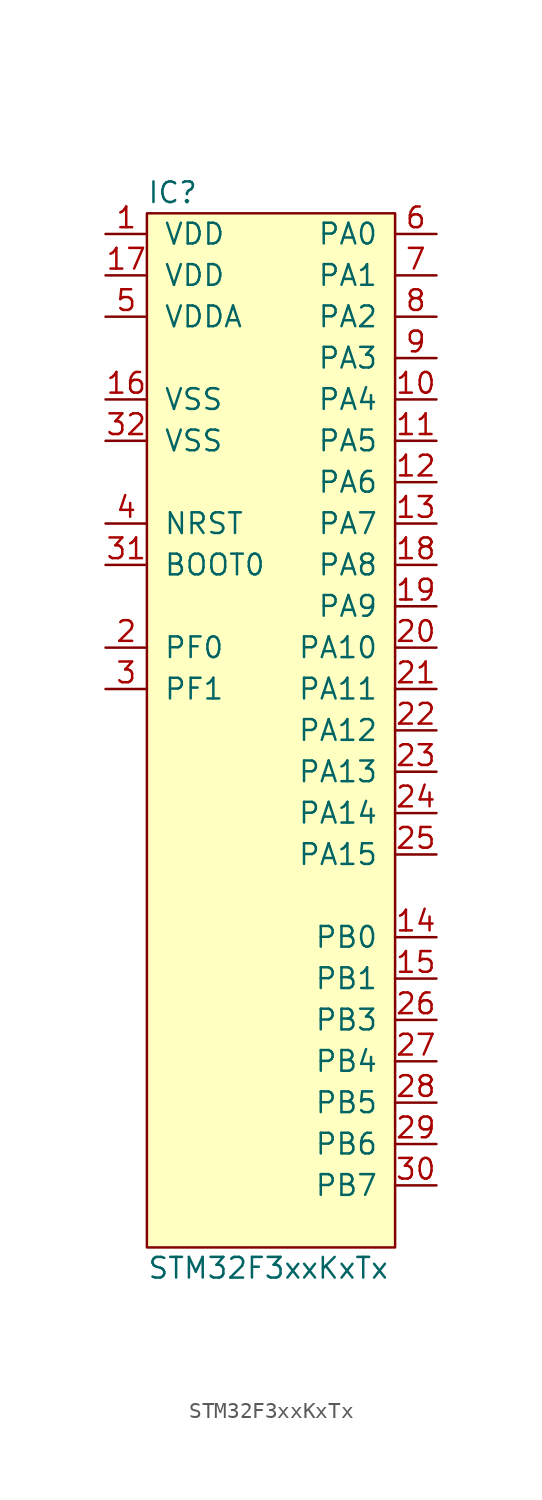
<source format=kicad_sym>
(kicad_symbol_lib
  (version 20211014)
  (generator agg_kicad.build_lib_ic)
  (symbol "STM32F3xxKxTx"
    (pin_names
      (offset 1.016))
    (property Reference IC
      (at -7.62 33.02 0)
      (effects (font (size 1.27 1.27)) (justify left)))
    (property Value "STM32F3xxKxTx"
      (at -7.62 -33.02 0)
      (effects (font (size 1.27 1.27)) (justify left)))
    (symbol "STM32F3xxKxTx_0_0"
      (rectangle (start -7.62 31.75) (end 7.62 -31.75) (stroke (width 0) (type default) (color 0 0 0 0)) (fill (type background)))
      (pin power_in line (at -10.16 30.48 0) (length 2.54) (name VDD (effects (font (size 1.27 1.27)))) (number "1" (effects (font (size 1.27 1.27)))))
      (pin power_in line (at -10.16 27.94 0) (length 2.54) (name VDD (effects (font (size 1.27 1.27)))) (number "17" (effects (font (size 1.27 1.27)))))
      (pin power_in line (at -10.16 25.4 0) (length 2.54) (name VDDA (effects (font (size 1.27 1.27)))) (number "5" (effects (font (size 1.27 1.27)))))
      (pin power_in line (at -10.16 20.32 0) (length 2.54) (name VSS (effects (font (size 1.27 1.27)))) (number "16" (effects (font (size 1.27 1.27)))))
      (pin power_in line (at -10.16 17.78 0) (length 2.54) (name VSS (effects (font (size 1.27 1.27)))) (number "32" (effects (font (size 1.27 1.27)))))
      (pin input line (at -10.16 12.7 0) (length 2.54) (name NRST (effects (font (size 1.27 1.27)))) (number "4" (effects (font (size 1.27 1.27)))))
      (pin input line (at -10.16 10.16 0) (length 2.54) (name "BOOT0" (effects (font (size 1.27 1.27)))) (number "31" (effects (font (size 1.27 1.27)))))
      (pin bidirectional line (at -10.16 5.08 0) (length 2.54) (name "PF0" (effects (font (size 1.27 1.27)))) (number "2" (effects (font (size 1.27 1.27)))))
      (pin bidirectional line (at -10.16 2.54 0) (length 2.54) (name "PF1" (effects (font (size 1.27 1.27)))) (number "3" (effects (font (size 1.27 1.27)))))
      (pin bidirectional line (at 10.16 30.48 180) (length 2.54) (name "PA0" (effects (font (size 1.27 1.27)))) (number "6" (effects (font (size 1.27 1.27)))))
      (pin bidirectional line (at 10.16 27.94 180) (length 2.54) (name "PA1" (effects (font (size 1.27 1.27)))) (number "7" (effects (font (size 1.27 1.27)))))
      (pin bidirectional line (at 10.16 25.4 180) (length 2.54) (name "PA2" (effects (font (size 1.27 1.27)))) (number "8" (effects (font (size 1.27 1.27)))))
      (pin bidirectional line (at 10.16 22.86 180) (length 2.54) (name "PA3" (effects (font (size 1.27 1.27)))) (number "9" (effects (font (size 1.27 1.27)))))
      (pin bidirectional line (at 10.16 20.32 180) (length 2.54) (name "PA4" (effects (font (size 1.27 1.27)))) (number "10" (effects (font (size 1.27 1.27)))))
      (pin bidirectional line (at 10.16 17.78 180) (length 2.54) (name "PA5" (effects (font (size 1.27 1.27)))) (number "11" (effects (font (size 1.27 1.27)))))
      (pin bidirectional line (at 10.16 15.24 180) (length 2.54) (name "PA6" (effects (font (size 1.27 1.27)))) (number "12" (effects (font (size 1.27 1.27)))))
      (pin bidirectional line (at 10.16 12.7 180) (length 2.54) (name "PA7" (effects (font (size 1.27 1.27)))) (number "13" (effects (font (size 1.27 1.27)))))
      (pin bidirectional line (at 10.16 10.16 180) (length 2.54) (name "PA8" (effects (font (size 1.27 1.27)))) (number "18" (effects (font (size 1.27 1.27)))))
      (pin bidirectional line (at 10.16 7.62 180) (length 2.54) (name "PA9" (effects (font (size 1.27 1.27)))) (number "19" (effects (font (size 1.27 1.27)))))
      (pin bidirectional line (at 10.16 5.08 180) (length 2.54) (name "PA10" (effects (font (size 1.27 1.27)))) (number "20" (effects (font (size 1.27 1.27)))))
      (pin bidirectional line (at 10.16 2.54 180) (length 2.54) (name "PA11" (effects (font (size 1.27 1.27)))) (number "21" (effects (font (size 1.27 1.27)))))
      (pin bidirectional line (at 10.16 0 180) (length 2.54) (name "PA12" (effects (font (size 1.27 1.27)))) (number "22" (effects (font (size 1.27 1.27)))))
      (pin bidirectional line (at 10.16 -2.54 180) (length 2.54) (name "PA13" (effects (font (size 1.27 1.27)))) (number "23" (effects (font (size 1.27 1.27)))))
      (pin bidirectional line (at 10.16 -5.08 180) (length 2.54) (name "PA14" (effects (font (size 1.27 1.27)))) (number "24" (effects (font (size 1.27 1.27)))))
      (pin bidirectional line (at 10.16 -7.62 180) (length 2.54) (name "PA15" (effects (font (size 1.27 1.27)))) (number "25" (effects (font (size 1.27 1.27)))))
      (pin bidirectional line (at 10.16 -12.7 180) (length 2.54) (name "PB0" (effects (font (size 1.27 1.27)))) (number "14" (effects (font (size 1.27 1.27)))))
      (pin bidirectional line (at 10.16 -15.24 180) (length 2.54) (name "PB1" (effects (font (size 1.27 1.27)))) (number "15" (effects (font (size 1.27 1.27)))))
      (pin bidirectional line (at 10.16 -17.78 180) (length 2.54) (name "PB3" (effects (font (size 1.27 1.27)))) (number "26" (effects (font (size 1.27 1.27)))))
      (pin bidirectional line (at 10.16 -20.32 180) (length 2.54) (name "PB4" (effects (font (size 1.27 1.27)))) (number "27" (effects (font (size 1.27 1.27)))))
      (pin bidirectional line (at 10.16 -22.86 180) (length 2.54) (name "PB5" (effects (font (size 1.27 1.27)))) (number "28" (effects (font (size 1.27 1.27)))))
      (pin bidirectional line (at 10.16 -25.4 180) (length 2.54) (name "PB6" (effects (font (size 1.27 1.27)))) (number "29" (effects (font (size 1.27 1.27)))))
      (pin bidirectional line (at 10.16 -27.94 180) (length 2.54) (name "PB7" (effects (font (size 1.27 1.27)))) (number "30" (effects (font (size 1.27 1.27))))))))
</source>
